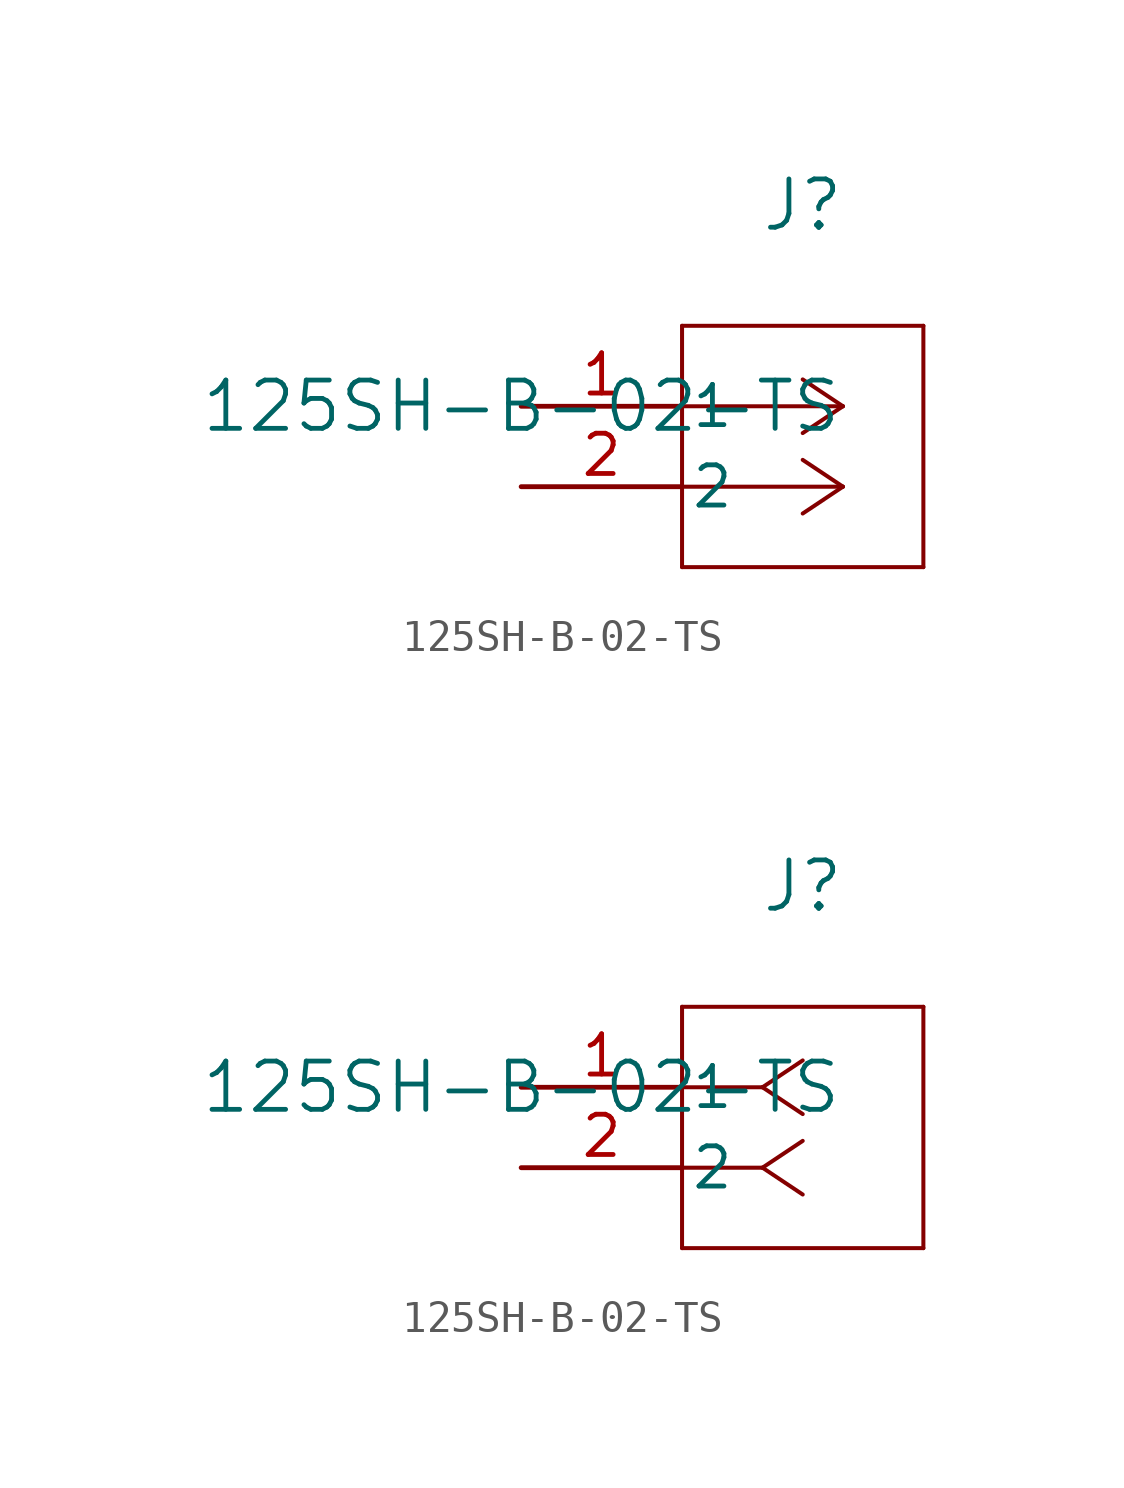
<source format=kicad_sym>
(kicad_symbol_lib
  (version 20211014)
  (generator kicad_symbol_editor)
  (symbol "125SH-B-02-TS"
    (pin_names
      (offset 0.254))
    (property "Reference" "J"
      (at 8.89 6.35 0)
      (effects (font (size 1.524 1.524))))
    (property "Value" "125SH-B-02-TS"
      (at 0 0 0)
      (effects (font (size 1.524 1.524))))
    (symbol "125SH-B-02-TS_1_1"
      (polyline (pts (xy 10.16 0) (xy 5.08 0)) (stroke (width 0.127) (type default) (color 0 0 0 0)) (fill (type none)))
      (polyline (pts (xy 10.16 -2.54) (xy 5.08 -2.54)) (stroke (width 0.127) (type default) (color 0 0 0 0)) (fill (type none)))
      (polyline (pts (xy 10.16 0) (xy 8.89 0.847)) (stroke (width 0.127) (type default) (color 0 0 0 0)) (fill (type none)))
      (polyline (pts (xy 10.16 -2.54) (xy 8.89 -1.693)) (stroke (width 0.127) (type default) (color 0 0 0 0)) (fill (type none)))
      (polyline (pts (xy 10.16 0) (xy 8.89 -0.847)) (stroke (width 0.127) (type default) (color 0 0 0 0)) (fill (type none)))
      (polyline (pts (xy 10.16 -2.54) (xy 8.89 -3.387)) (stroke (width 0.127) (type default) (color 0 0 0 0)) (fill (type none)))
      (polyline (pts (xy 5.08 2.54) (xy 5.08 -5.08)) (stroke (width 0.127) (type default) (color 0 0 0 0)) (fill (type none)))
      (polyline (pts (xy 5.08 -5.08) (xy 12.7 -5.08)) (stroke (width 0.127) (type default) (color 0 0 0 0)) (fill (type none)))
      (polyline (pts (xy 12.7 -5.08) (xy 12.7 2.54)) (stroke (width 0.127) (type default) (color 0 0 0 0)) (fill (type none)))
      (polyline (pts (xy 12.7 2.54) (xy 5.08 2.54)) (stroke (width 0.127) (type default) (color 0 0 0 0)) (fill (type none)))
      (pin unspecified line (at 0 0 0) (length 5.08) (name "1" (effects (font (size 1.27 1.27)))) (number "1" (effects (font (size 1.27 1.27)))))
      (pin unspecified line (at 0 -2.54 0) (length 5.08) (name "2" (effects (font (size 1.27 1.27)))) (number "2" (effects (font (size 1.27 1.27))))))
    (symbol "125SH-B-02-TS_1_2"
      (polyline (pts (xy 7.62 0) (xy 5.08 0)) (stroke (width 0.127) (type default) (color 0 0 0 0)) (fill (type none)))
      (polyline (pts (xy 7.62 -2.54) (xy 5.08 -2.54)) (stroke (width 0.127) (type default) (color 0 0 0 0)) (fill (type none)))
      (polyline (pts (xy 7.62 0) (xy 8.89 0.847)) (stroke (width 0.127) (type default) (color 0 0 0 0)) (fill (type none)))
      (polyline (pts (xy 7.62 -2.54) (xy 8.89 -1.693)) (stroke (width 0.127) (type default) (color 0 0 0 0)) (fill (type none)))
      (polyline (pts (xy 7.62 0) (xy 8.89 -0.847)) (stroke (width 0.127) (type default) (color 0 0 0 0)) (fill (type none)))
      (polyline (pts (xy 7.62 -2.54) (xy 8.89 -3.387)) (stroke (width 0.127) (type default) (color 0 0 0 0)) (fill (type none)))
      (polyline (pts (xy 5.08 2.54) (xy 5.08 -5.08)) (stroke (width 0.127) (type default) (color 0 0 0 0)) (fill (type none)))
      (polyline (pts (xy 5.08 -5.08) (xy 12.7 -5.08)) (stroke (width 0.127) (type default) (color 0 0 0 0)) (fill (type none)))
      (polyline (pts (xy 12.7 -5.08) (xy 12.7 2.54)) (stroke (width 0.127) (type default) (color 0 0 0 0)) (fill (type none)))
      (polyline (pts (xy 12.7 2.54) (xy 5.08 2.54)) (stroke (width 0.127) (type default) (color 0 0 0 0)) (fill (type none)))
      (pin unspecified line (at 0 0 0) (length 5.08) (name "1" (effects (font (size 1.27 1.27)))) (number "1" (effects (font (size 1.27 1.27)))))
      (pin unspecified line (at 0 -2.54 0) (length 5.08) (name "2" (effects (font (size 1.27 1.27)))) (number "2" (effects (font (size 1.27 1.27))))))))
</source>
